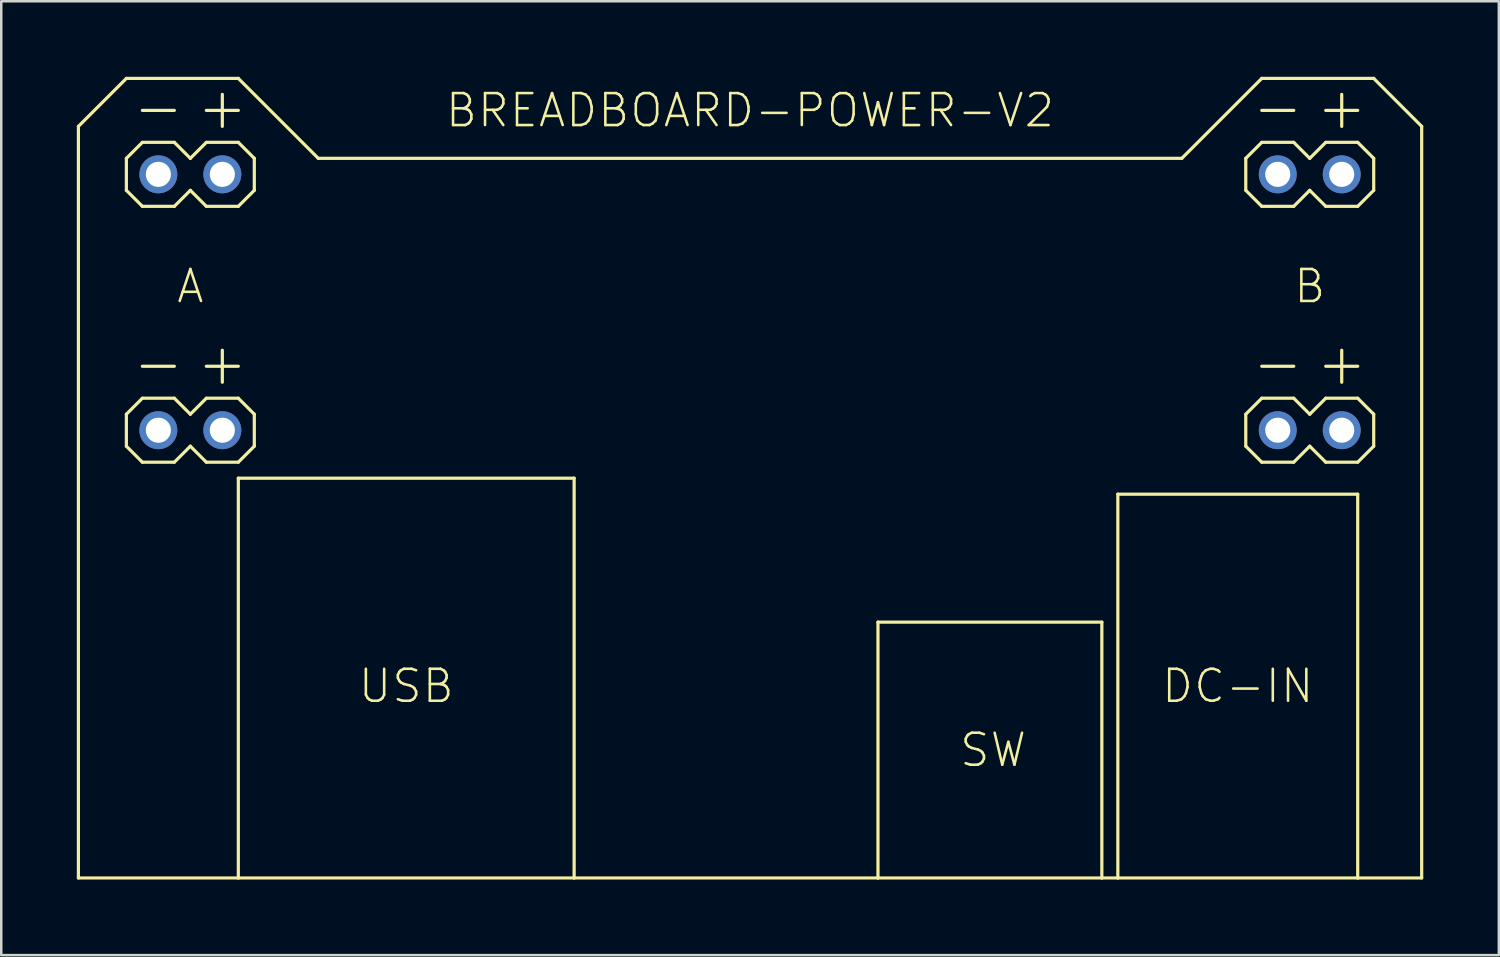
<source format=kicad_pcb>
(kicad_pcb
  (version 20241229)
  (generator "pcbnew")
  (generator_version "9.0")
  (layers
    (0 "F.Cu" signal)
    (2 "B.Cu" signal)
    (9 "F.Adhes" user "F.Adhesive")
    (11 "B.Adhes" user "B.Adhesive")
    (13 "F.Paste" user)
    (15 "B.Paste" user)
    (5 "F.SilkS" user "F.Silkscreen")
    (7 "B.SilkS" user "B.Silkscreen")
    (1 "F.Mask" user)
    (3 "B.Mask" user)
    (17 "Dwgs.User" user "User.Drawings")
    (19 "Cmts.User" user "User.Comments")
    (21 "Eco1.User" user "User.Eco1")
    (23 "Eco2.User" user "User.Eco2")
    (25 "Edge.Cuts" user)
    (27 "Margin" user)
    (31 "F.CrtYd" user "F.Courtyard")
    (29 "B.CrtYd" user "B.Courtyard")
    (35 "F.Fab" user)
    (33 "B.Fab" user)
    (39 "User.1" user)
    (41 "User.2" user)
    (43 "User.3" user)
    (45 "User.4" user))
  (footprint "BREADBOARD-POWER-V2"
    (layer "F.Cu")
    (at 26.733 15.938)
    (property "Reference" "BREADBOARD-POWER-V2" (at 0 -14.605 0) (layer "F.SilkS") (effects (font (size 1.27 1.27) (thickness 0.102))))
    (attr exclude_from_pos_files exclude_from_bom)
    (fp_line (start -26.67 -13.97) (end -26.67 15.875) (stroke (width 0.127) (type solid)) (layer "F.SilkS"))
    (fp_line (start -26.67 -13.97) (end -24.765 -15.875) (stroke (width 0.127) (type solid)) (layer "F.SilkS"))
    (fp_line (start -26.67 15.875) (end -20.32 15.875) (stroke (width 0.127) (type solid)) (layer "F.SilkS"))
    (fp_line (start -24.765 -15.875) (end -20.32 -15.875) (stroke (width 0.127) (type solid)) (layer "F.SilkS"))
    (fp_line (start -24.765 -12.7) (end -24.13 -13.335) (stroke (width 0.127) (type solid)) (layer "F.SilkS"))
    (fp_line (start -24.765 -11.43) (end -24.765 -12.7) (stroke (width 0.127) (type solid)) (layer "F.SilkS"))
    (fp_line (start -24.765 -2.54) (end -24.13 -3.175) (stroke (width 0.127) (type solid)) (layer "F.SilkS"))
    (fp_line (start -24.765 -1.27) (end -24.765 -2.54) (stroke (width 0.127) (type solid)) (layer "F.SilkS"))
    (fp_line (start -24.13 -14.605) (end -22.86 -14.605) (stroke (width 0.127) (type solid)) (layer "F.SilkS"))
    (fp_line (start -24.13 -13.335) (end -22.86 -13.335) (stroke (width 0.127) (type solid)) (layer "F.SilkS"))
    (fp_line (start -24.13 -10.795) (end -24.765 -11.43) (stroke (width 0.127) (type solid)) (layer "F.SilkS"))
    (fp_line (start -24.13 -4.445) (end -22.86 -4.445) (stroke (width 0.127) (type solid)) (layer "F.SilkS"))
    (fp_line (start -24.13 -3.175) (end -22.86 -3.175) (stroke (width 0.127) (type solid)) (layer "F.SilkS"))
    (fp_line (start -24.13 -0.635) (end -24.765 -1.27) (stroke (width 0.127) (type solid)) (layer "F.SilkS"))
    (fp_line (start -22.86 -13.335) (end -22.225 -12.7) (stroke (width 0.127) (type solid)) (layer "F.SilkS"))
    (fp_line (start -22.86 -10.795) (end -24.13 -10.795) (stroke (width 0.127) (type solid)) (layer "F.SilkS"))
    (fp_line (start -22.86 -3.175) (end -22.225 -2.54) (stroke (width 0.127) (type solid)) (layer "F.SilkS"))
    (fp_line (start -22.86 -0.635) (end -24.13 -0.635) (stroke (width 0.127) (type solid)) (layer "F.SilkS"))
    (fp_line (start -22.225 -12.7) (end -21.59 -13.335) (stroke (width 0.127) (type solid)) (layer "F.SilkS"))
    (fp_line (start -22.225 -11.43) (end -22.86 -10.795) (stroke (width 0.127) (type solid)) (layer "F.SilkS"))
    (fp_line (start -22.225 -2.54) (end -21.59 -3.175) (stroke (width 0.127) (type solid)) (layer "F.SilkS"))
    (fp_line (start -22.225 -1.27) (end -22.86 -0.635) (stroke (width 0.127) (type solid)) (layer "F.SilkS"))
    (fp_line (start -21.59 -14.605) (end -20.32 -14.605) (stroke (width 0.127) (type solid)) (layer "F.SilkS"))
    (fp_line (start -21.59 -13.335) (end -20.32 -13.335) (stroke (width 0.127) (type solid)) (layer "F.SilkS"))
    (fp_line (start -21.59 -10.795) (end -22.225 -11.43) (stroke (width 0.127) (type solid)) (layer "F.SilkS"))
    (fp_line (start -21.59 -4.445) (end -20.32 -4.445) (stroke (width 0.127) (type solid)) (layer "F.SilkS"))
    (fp_line (start -21.59 -3.175) (end -20.32 -3.175) (stroke (width 0.127) (type solid)) (layer "F.SilkS"))
    (fp_line (start -21.59 -0.635) (end -22.225 -1.27) (stroke (width 0.127) (type solid)) (layer "F.SilkS"))
    (fp_line (start -20.955 -15.24) (end -20.955 -13.97) (stroke (width 0.127) (type solid)) (layer "F.SilkS"))
    (fp_line (start -20.955 -5.08) (end -20.955 -3.81) (stroke (width 0.127) (type solid)) (layer "F.SilkS"))
    (fp_line (start -20.32 -15.875) (end -17.145 -12.7) (stroke (width 0.127) (type solid)) (layer "F.SilkS"))
    (fp_line (start -20.32 -13.335) (end -19.685 -12.7) (stroke (width 0.127) (type solid)) (layer "F.SilkS"))
    (fp_line (start -20.32 -10.795) (end -21.59 -10.795) (stroke (width 0.127) (type solid)) (layer "F.SilkS"))
    (fp_line (start -20.32 -3.175) (end -19.685 -2.54) (stroke (width 0.127) (type solid)) (layer "F.SilkS"))
    (fp_line (start -20.32 -0.635) (end -21.59 -0.635) (stroke (width 0.127) (type solid)) (layer "F.SilkS"))
    (fp_line (start -20.32 0) (end -20.32 15.875) (stroke (width 0.127) (type solid)) (layer "F.SilkS"))
    (fp_line (start -20.32 15.875) (end -6.985 15.875) (stroke (width 0.127) (type solid)) (layer "F.SilkS"))
    (fp_line (start -19.685 -12.7) (end -19.685 -11.43) (stroke (width 0.127) (type solid)) (layer "F.SilkS"))
    (fp_line (start -19.685 -11.43) (end -20.32 -10.795) (stroke (width 0.127) (type solid)) (layer "F.SilkS"))
    (fp_line (start -19.685 -2.54) (end -19.685 -1.27) (stroke (width 0.127) (type solid)) (layer "F.SilkS"))
    (fp_line (start -19.685 -1.27) (end -20.32 -0.635) (stroke (width 0.127) (type solid)) (layer "F.SilkS"))
    (fp_line (start -17.145 -12.7) (end 17.145 -12.7) (stroke (width 0.127) (type solid)) (layer "F.SilkS"))
    (fp_line (start -6.985 0) (end -20.32 0) (stroke (width 0.127) (type solid)) (layer "F.SilkS"))
    (fp_line (start -6.985 0) (end -6.985 15.875) (stroke (width 0.127) (type solid)) (layer "F.SilkS"))
    (fp_line (start -6.985 15.875) (end 5.08 15.875) (stroke (width 0.127) (type solid)) (layer "F.SilkS"))
    (fp_line (start 5.08 5.715) (end 5.08 15.875) (stroke (width 0.127) (type solid)) (layer "F.SilkS"))
    (fp_line (start 5.08 15.875) (end 13.97 15.875) (stroke (width 0.127) (type solid)) (layer "F.SilkS"))
    (fp_line (start 13.97 5.715) (end 5.08 5.715) (stroke (width 0.127) (type solid)) (layer "F.SilkS"))
    (fp_line (start 13.97 15.875) (end 13.97 5.715) (stroke (width 0.127) (type solid)) (layer "F.SilkS"))
    (fp_line (start 13.97 15.875) (end 14.605 15.875) (stroke (width 0.127) (type solid)) (layer "F.SilkS"))
    (fp_line (start 14.605 0.635) (end 24.13 0.635) (stroke (width 0.127) (type solid)) (layer "F.SilkS"))
    (fp_line (start 14.605 15.875) (end 14.605 0.635) (stroke (width 0.127) (type solid)) (layer "F.SilkS"))
    (fp_line (start 14.605 15.875) (end 24.13 15.875) (stroke (width 0.127) (type solid)) (layer "F.SilkS"))
    (fp_line (start 19.685 -12.7) (end 20.32 -13.335) (stroke (width 0.127) (type solid)) (layer "F.SilkS"))
    (fp_line (start 19.685 -11.43) (end 19.685 -12.7) (stroke (width 0.127) (type solid)) (layer "F.SilkS"))
    (fp_line (start 19.685 -2.54) (end 20.32 -3.175) (stroke (width 0.127) (type solid)) (layer "F.SilkS"))
    (fp_line (start 19.685 -1.27) (end 19.685 -2.54) (stroke (width 0.127) (type solid)) (layer "F.SilkS"))
    (fp_line (start 20.32 -15.875) (end 17.145 -12.7) (stroke (width 0.127) (type solid)) (layer "F.SilkS"))
    (fp_line (start 20.32 -14.605) (end 21.59 -14.605) (stroke (width 0.127) (type solid)) (layer "F.SilkS"))
    (fp_line (start 20.32 -13.335) (end 21.59 -13.335) (stroke (width 0.127) (type solid)) (layer "F.SilkS"))
    (fp_line (start 20.32 -10.795) (end 19.685 -11.43) (stroke (width 0.127) (type solid)) (layer "F.SilkS"))
    (fp_line (start 20.32 -4.445) (end 21.59 -4.445) (stroke (width 0.127) (type solid)) (layer "F.SilkS"))
    (fp_line (start 20.32 -3.175) (end 21.59 -3.175) (stroke (width 0.127) (type solid)) (layer "F.SilkS"))
    (fp_line (start 20.32 -0.635) (end 19.685 -1.27) (stroke (width 0.127) (type solid)) (layer "F.SilkS"))
    (fp_line (start 21.59 -13.335) (end 22.225 -12.7) (stroke (width 0.127) (type solid)) (layer "F.SilkS"))
    (fp_line (start 21.59 -10.795) (end 20.32 -10.795) (stroke (width 0.127) (type solid)) (layer "F.SilkS"))
    (fp_line (start 21.59 -3.175) (end 22.225 -2.54) (stroke (width 0.127) (type solid)) (layer "F.SilkS"))
    (fp_line (start 21.59 -0.635) (end 20.32 -0.635) (stroke (width 0.127) (type solid)) (layer "F.SilkS"))
    (fp_line (start 22.225 -12.7) (end 22.86 -13.335) (stroke (width 0.127) (type solid)) (layer "F.SilkS"))
    (fp_line (start 22.225 -11.43) (end 21.59 -10.795) (stroke (width 0.127) (type solid)) (layer "F.SilkS"))
    (fp_line (start 22.225 -2.54) (end 22.86 -3.175) (stroke (width 0.127) (type solid)) (layer "F.SilkS"))
    (fp_line (start 22.225 -1.27) (end 21.59 -0.635) (stroke (width 0.127) (type solid)) (layer "F.SilkS"))
    (fp_line (start 22.86 -14.605) (end 24.13 -14.605) (stroke (width 0.127) (type solid)) (layer "F.SilkS"))
    (fp_line (start 22.86 -13.335) (end 24.13 -13.335) (stroke (width 0.127) (type solid)) (layer "F.SilkS"))
    (fp_line (start 22.86 -10.795) (end 22.225 -11.43) (stroke (width 0.127) (type solid)) (layer "F.SilkS"))
    (fp_line (start 22.86 -4.445) (end 24.13 -4.445) (stroke (width 0.127) (type solid)) (layer "F.SilkS"))
    (fp_line (start 22.86 -3.175) (end 24.13 -3.175) (stroke (width 0.127) (type solid)) (layer "F.SilkS"))
    (fp_line (start 22.86 -0.635) (end 22.225 -1.27) (stroke (width 0.127) (type solid)) (layer "F.SilkS"))
    (fp_line (start 23.495 -15.24) (end 23.495 -13.97) (stroke (width 0.127) (type solid)) (layer "F.SilkS"))
    (fp_line (start 23.495 -5.08) (end 23.495 -3.81) (stroke (width 0.127) (type solid)) (layer "F.SilkS"))
    (fp_line (start 24.13 -13.335) (end 24.765 -12.7) (stroke (width 0.127) (type solid)) (layer "F.SilkS"))
    (fp_line (start 24.13 -10.795) (end 22.86 -10.795) (stroke (width 0.127) (type solid)) (layer "F.SilkS"))
    (fp_line (start 24.13 -3.175) (end 24.765 -2.54) (stroke (width 0.127) (type solid)) (layer "F.SilkS"))
    (fp_line (start 24.13 -0.635) (end 22.86 -0.635) (stroke (width 0.127) (type solid)) (layer "F.SilkS"))
    (fp_line (start 24.13 0.635) (end 24.13 15.875) (stroke (width 0.127) (type solid)) (layer "F.SilkS"))
    (fp_line (start 24.13 15.875) (end 26.67 15.875) (stroke (width 0.127) (type solid)) (layer "F.SilkS"))
    (fp_line (start 24.765 -15.875) (end 20.32 -15.875) (stroke (width 0.127) (type solid)) (layer "F.SilkS"))
    (fp_line (start 24.765 -12.7) (end 24.765 -11.43) (stroke (width 0.127) (type solid)) (layer "F.SilkS"))
    (fp_line (start 24.765 -11.43) (end 24.13 -10.795) (stroke (width 0.127) (type solid)) (layer "F.SilkS"))
    (fp_line (start 24.765 -2.54) (end 24.765 -1.27) (stroke (width 0.127) (type solid)) (layer "F.SilkS"))
    (fp_line (start 24.765 -1.27) (end 24.13 -0.635) (stroke (width 0.127) (type solid)) (layer "F.SilkS"))
    (fp_line (start 26.67 -13.97) (end 24.765 -15.875) (stroke (width 0.127) (type solid)) (layer "F.SilkS"))
    (fp_line (start 26.67 15.875) (end 26.67 -13.97) (stroke (width 0.127) (type solid)) (layer "F.SilkS"))
    (fp_text user "A" (at -22.225 -7.62 0) (layer "F.SilkS") (effects (font (size 1.27 1.27) (thickness 0.102))))
    (fp_text user "USB" (at -13.652 8.255 0) (layer "F.SilkS") (effects (font (size 1.27 1.27) (thickness 0.102))))
    (fp_text user "DC-IN" (at 19.367 8.255 0) (layer "F.SilkS") (effects (font (size 1.27 1.27) (thickness 0.102))))
    (fp_text user "B" (at 22.225 -7.62 0) (layer "F.SilkS") (effects (font (size 1.27 1.27) (thickness 0.102))))
    (fp_text user "SW" (at 9.652 10.795 0) (layer "F.SilkS") (effects (font (size 1.27 1.27) (thickness 0.102))))
    (pad "A.M.1" thru_hole circle (at -23.495 -12.065) (size 1.506 1.506) (drill 0.998) (layers "*.Cu" "*.Paste" "*.Mask"))
    (pad "A.M.2" thru_hole circle (at -23.495 -1.905) (size 1.506 1.506) (drill 0.998) (layers "*.Cu" "*.Paste" "*.Mask"))
    (pad "A.P.1" thru_hole circle (at -20.955 -12.065) (size 1.506 1.506) (drill 0.998) (layers "*.Cu" "*.Paste" "*.Mask"))
    (pad "A.P.2" thru_hole circle (at -20.955 -1.905) (size 1.506 1.506) (drill 0.998) (layers "*.Cu" "*.Paste" "*.Mask"))
    (pad "B.M.1" thru_hole circle (at 20.955 -12.065) (size 1.506 1.506) (drill 0.998) (layers "*.Cu" "*.Paste" "*.Mask"))
    (pad "B.M.2" thru_hole circle (at 20.955 -1.905) (size 1.506 1.506) (drill 0.998) (layers "*.Cu" "*.Paste" "*.Mask"))
    (pad "B.P.1" thru_hole circle (at 23.495 -12.065) (size 1.506 1.506) (drill 0.998) (layers "*.Cu" "*.Paste" "*.Mask"))
    (pad "B.P.2" thru_hole circle (at 23.495 -1.905) (size 1.506 1.506) (drill 0.998) (layers "*.Cu" "*.Paste" "*.Mask")))
  (gr_rect
    (start -3 -3)
    (end 56.467 34.877)
    (stroke (width 0.1) (type default))
    (fill no)
    (layer "Edge.Cuts")))
</source>
